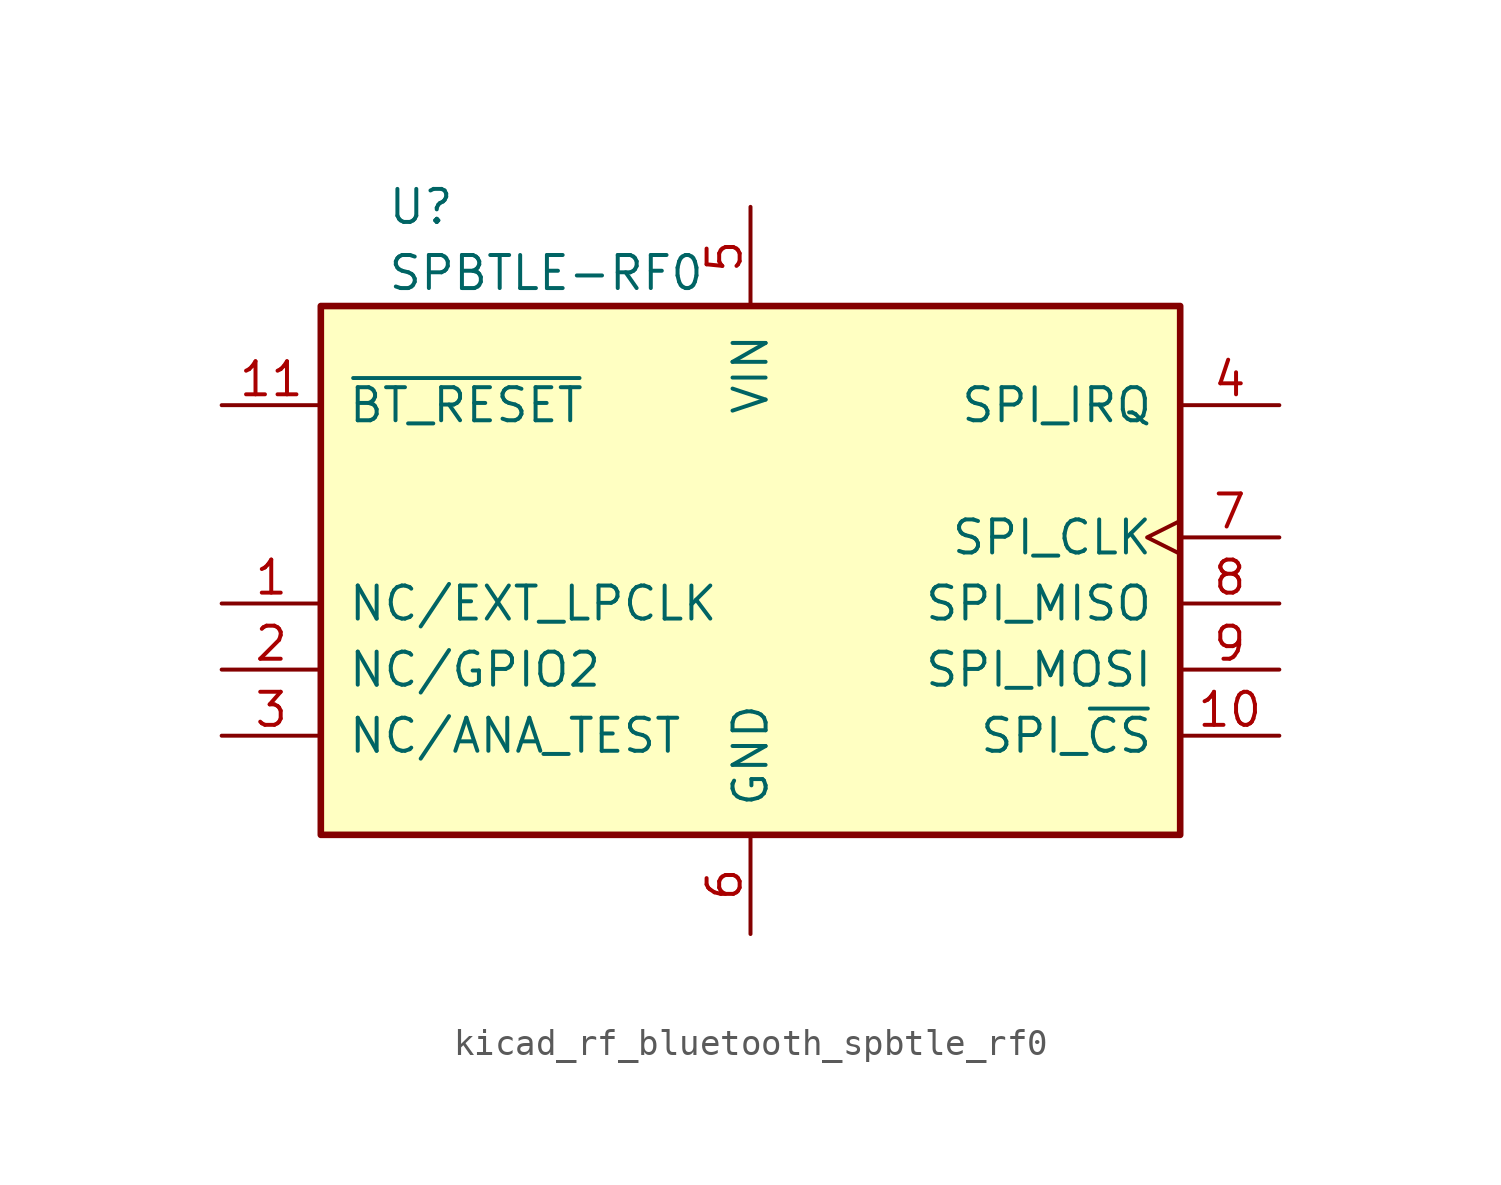
<source format=kicad_sym>
(kicad_symbol_lib
  (version 20220914)
  (generator kicad_symbol_editor)
  (symbol "kicad_rf_bluetooth_spbtle_rf0"
    (pin_names
      (offset 1.016))
    (property "Reference" "U"
      (at -13.97 12.7 0)
      (effects (font (size 1.27 1.27)) (justify left)))
    (property "Value" "SPBTLE-RF0"
      (at -13.97 10.16 0)
      (effects (font (size 1.27 1.27)) (justify left)))
    (symbol "kicad_rf_bluetooth_spbtle_rf0_0_1"
      (rectangle (start -16.51 8.89) (end 16.51 -11.43) (stroke (width 0.254) (type default)) (fill (type background))))
    (symbol "kicad_rf_bluetooth_spbtle_rf0_1_1"
      (pin input line (at -20.32 -2.54 0) (length 3.81) (name "NC/EXT_LPCLK" (effects (font (size 1.27 1.27)))) (number "1" (effects (font (size 1.27 1.27)))))
      (pin input line (at 20.32 -7.62 180) (length 3.81) (name "SPI_~{CS}" (effects (font (size 1.27 1.27)))) (number "10" (effects (font (size 1.27 1.27)))))
      (pin input line (at -20.32 5.08 0) (length 3.81) (name "~{BT_RESET}" (effects (font (size 1.27 1.27)))) (number "11" (effects (font (size 1.27 1.27)))))
      (pin bidirectional line (at -20.32 -5.08 0) (length 3.81) (name "NC/GPIO2" (effects (font (size 1.27 1.27)))) (number "2" (effects (font (size 1.27 1.27)))))
      (pin input line (at -20.32 -7.62 0) (length 3.81) (name "NC/ANA_TEST" (effects (font (size 1.27 1.27)))) (number "3" (effects (font (size 1.27 1.27)))))
      (pin output line (at 20.32 5.08 180) (length 3.81) (name "SPI_IRQ" (effects (font (size 1.27 1.27)))) (number "4" (effects (font (size 1.27 1.27)))))
      (pin power_in line (at 0 12.7 270) (length 3.81) (name "VIN" (effects (font (size 1.27 1.27)))) (number "5" (effects (font (size 1.27 1.27)))))
      (pin power_in line (at 0 -15.24 90) (length 3.81) (name "GND" (effects (font (size 1.27 1.27)))) (number "6" (effects (font (size 1.27 1.27)))))
      (pin input clock (at 20.32 0 180) (length 3.81) (name "SPI_CLK" (effects (font (size 1.27 1.27)))) (number "7" (effects (font (size 1.27 1.27)))))
      (pin output line (at 20.32 -2.54 180) (length 3.81) (name "SPI_MISO" (effects (font (size 1.27 1.27)))) (number "8" (effects (font (size 1.27 1.27)))))
      (pin input line (at 20.32 -5.08 180) (length 3.81) (name "SPI_MOSI" (effects (font (size 1.27 1.27)))) (number "9" (effects (font (size 1.27 1.27))))))))
</source>
